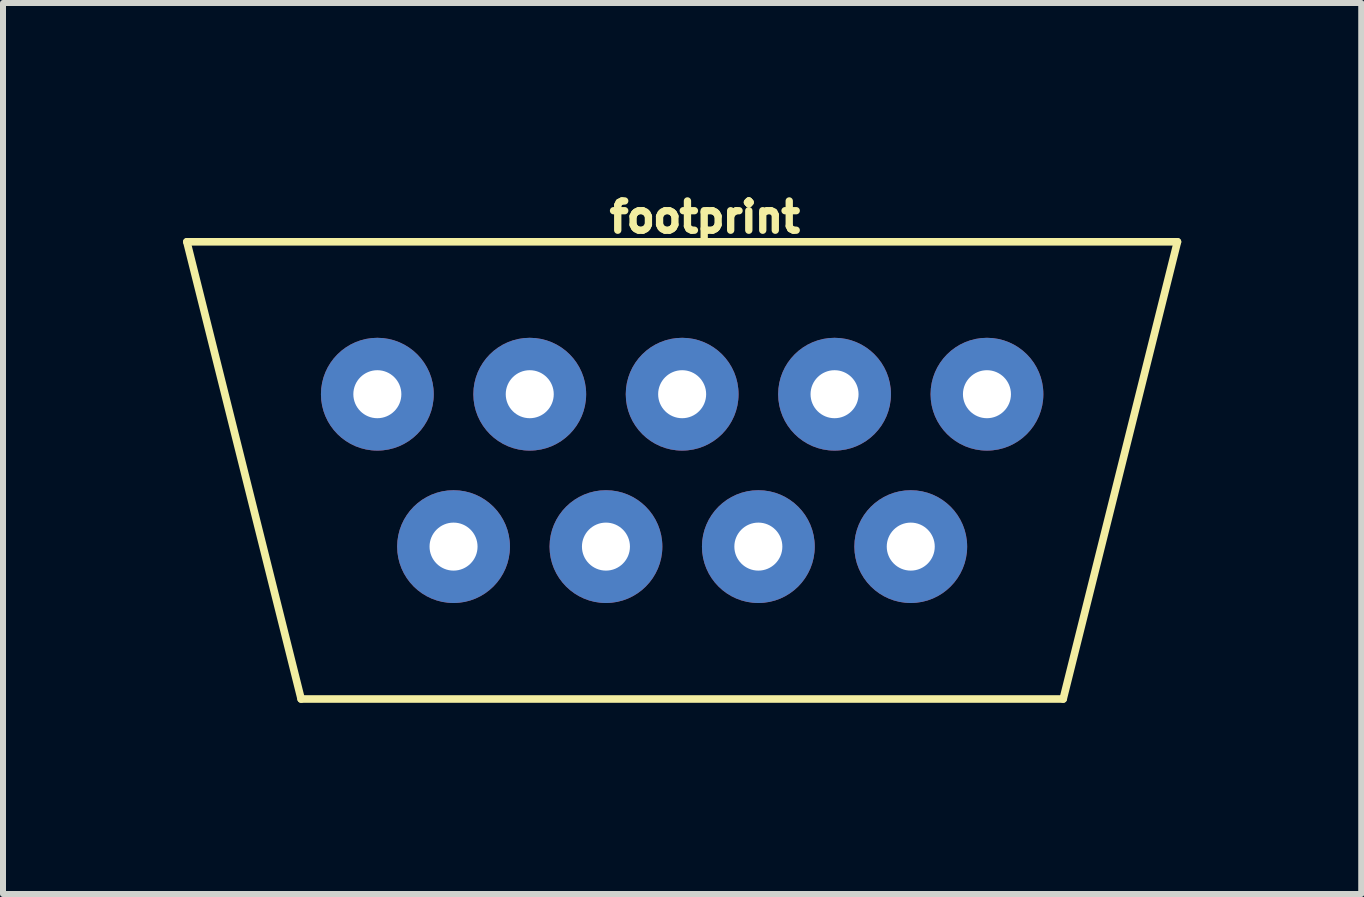
<source format=kicad_pcb>
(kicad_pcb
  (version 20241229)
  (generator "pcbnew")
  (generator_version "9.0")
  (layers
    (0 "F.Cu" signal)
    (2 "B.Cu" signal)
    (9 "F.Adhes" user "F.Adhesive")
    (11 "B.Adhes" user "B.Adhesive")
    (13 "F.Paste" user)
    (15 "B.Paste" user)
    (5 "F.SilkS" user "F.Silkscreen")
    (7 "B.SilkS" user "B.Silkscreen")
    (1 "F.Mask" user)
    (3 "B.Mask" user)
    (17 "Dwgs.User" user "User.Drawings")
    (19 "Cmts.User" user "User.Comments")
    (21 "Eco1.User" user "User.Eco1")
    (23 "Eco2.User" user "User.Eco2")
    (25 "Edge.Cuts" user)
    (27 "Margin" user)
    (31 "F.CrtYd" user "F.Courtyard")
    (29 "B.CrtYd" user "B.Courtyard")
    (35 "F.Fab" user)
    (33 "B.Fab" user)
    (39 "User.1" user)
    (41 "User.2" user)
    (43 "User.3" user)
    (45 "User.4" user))
  (footprint "footprint"
    (layer "F.Cu")
    (at 3.239 8.6)
    (property "Reference" "footprint" (at 3.81 -7.747 0) (layer "F.SilkS") (effects (font (size 0.488 0.488) (thickness 0.122)) (justify left bottom)))
    (fp_line (start -3.175 -7.62) (end 13.335 -7.62) (stroke (width 0.127) (type solid)) (layer "F.SilkS"))
    (fp_line (start -1.27 0) (end -3.175 -7.62) (stroke (width 0.127) (type solid)) (layer "F.SilkS"))
    (fp_line (start -1.27 0) (end 11.43 0) (stroke (width 0.127) (type solid)) (layer "F.SilkS"))
    (fp_line (start 11.43 0) (end 13.335 -7.62) (stroke (width 0.127) (type solid)) (layer "F.SilkS"))
    (pad "P$1" thru_hole circle (at 1.27 -2.54) (size 1.88 1.88) (drill 0.8) (layers "*.Cu" "*.Mask"))
    (pad "P$2" thru_hole circle (at 3.81 -2.54) (size 1.88 1.88) (drill 0.8) (layers "*.Cu" "*.Mask"))
    (pad "P$3" thru_hole circle (at 6.35 -2.54) (size 1.88 1.88) (drill 0.8) (layers "*.Cu" "*.Mask"))
    (pad "P$4" thru_hole circle (at 8.89 -2.54) (size 1.88 1.88) (drill 0.8) (layers "*.Cu" "*.Mask"))
    (pad "P$5" thru_hole circle (at 0 -5.08) (size 1.88 1.88) (drill 0.8) (layers "*.Cu" "*.Mask"))
    (pad "P$6" thru_hole circle (at 2.54 -5.08) (size 1.88 1.88) (drill 0.8) (layers "*.Cu" "*.Mask"))
    (pad "P$7" thru_hole circle (at 5.08 -5.08) (size 1.88 1.88) (drill 0.8) (layers "*.Cu" "*.Mask"))
    (pad "P$8" thru_hole circle (at 7.62 -5.08) (size 1.88 1.88) (drill 0.8) (layers "*.Cu" "*.Mask"))
    (pad "P$9" thru_hole circle (at 10.16 -5.08) (size 1.88 1.88) (drill 0.8) (layers "*.Cu" "*.Mask")))
  (gr_rect
    (start -3 -3)
    (end 19.637 11.85)
    (stroke (width 0.1) (type default))
    (fill no)
    (layer "Edge.Cuts")))
</source>
